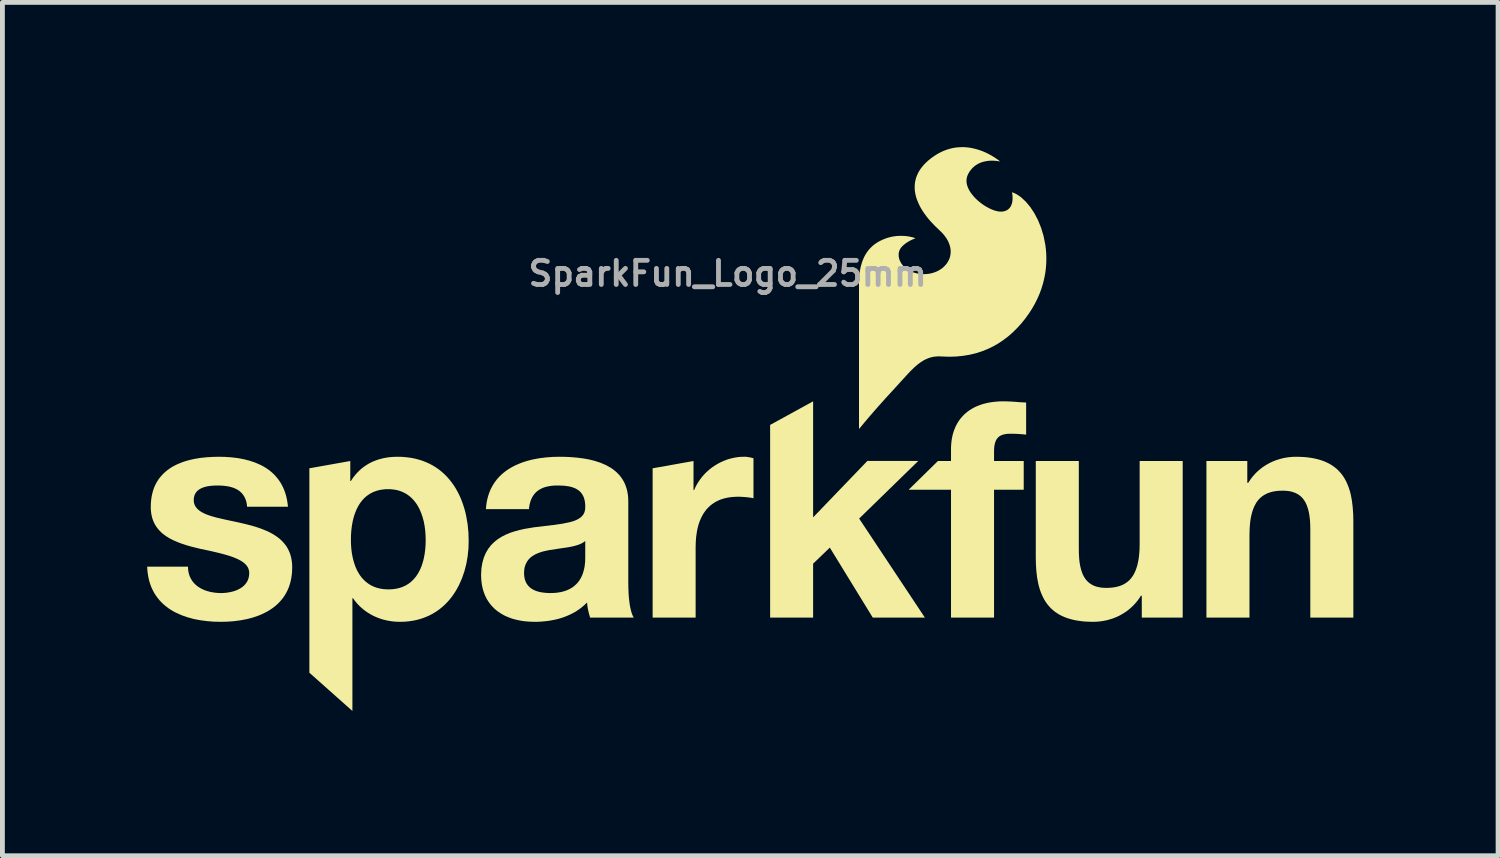
<source format=kicad_pcb>
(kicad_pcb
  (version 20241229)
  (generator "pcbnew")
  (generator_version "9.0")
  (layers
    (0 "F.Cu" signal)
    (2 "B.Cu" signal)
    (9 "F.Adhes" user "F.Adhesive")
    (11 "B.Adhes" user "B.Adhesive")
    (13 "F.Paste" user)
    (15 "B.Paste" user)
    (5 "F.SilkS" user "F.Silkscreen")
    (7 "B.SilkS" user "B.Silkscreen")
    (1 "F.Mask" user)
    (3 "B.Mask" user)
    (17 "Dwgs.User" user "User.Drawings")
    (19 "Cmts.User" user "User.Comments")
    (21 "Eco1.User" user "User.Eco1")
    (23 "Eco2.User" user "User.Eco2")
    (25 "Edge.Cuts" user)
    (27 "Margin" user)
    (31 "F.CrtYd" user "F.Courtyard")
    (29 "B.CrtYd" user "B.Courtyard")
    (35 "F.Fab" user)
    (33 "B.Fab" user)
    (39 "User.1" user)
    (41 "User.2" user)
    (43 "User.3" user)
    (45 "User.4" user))
  (footprint "SparkFun_Logo_25mm"
    (layer "F.Cu")
    (at 12.032 7.944)
    (property "Reference" "SparkFun_Logo_25mm" (at 0 -5.324 0) (layer "F.Fab") (effects (font (size 0.5 0.5) (thickness 0.1))))
    (attr board_only exclude_from_pos_files exclude_from_bom)
    (fp_poly (pts (xy 1.771 -0.271) (xy 2.895 -1.44) (xy 3.95 -1.44) (xy 2.725 -0.246) (xy 4.087 1.806) (xy 3.007 1.806) (xy 2.117 0.356) (xy 1.771 0.689) (xy 1.771 1.806) (xy 0.88 1.806) (xy 0.88 -2.187) (xy 1.771 -2.676)) (stroke (width 0) (type solid)) (fill yes) (layer "F.SilkS"))
    (fp_poly (pts (xy 0.353 -1.527) (xy 0.366 -1.527) (xy 0.379 -1.526) (xy 0.391 -1.525) (xy 0.416 -1.522) (xy 0.44 -1.518) (xy 0.464 -1.514) (xy 0.488 -1.508) (xy 0.512 -1.502) (xy 0.535 -1.496) (xy 0.535 -0.667) (xy 0.503 -0.674) (xy 0.466 -0.68) (xy 0.426 -0.685) (xy 0.385 -0.69) (xy 0.342 -0.693) (xy 0.299 -0.696) (xy 0.256 -0.698) (xy 0.215 -0.699) (xy 0.155 -0.697) (xy 0.097 -0.693) (xy 0.041 -0.687) (xy -0.012 -0.677) (xy -0.062 -0.666) (xy -0.111 -0.652) (xy -0.157 -0.636) (xy -0.2 -0.617) (xy -0.242 -0.596) (xy -0.281 -0.573) (xy -0.318 -0.548) (xy -0.353 -0.521) (xy -0.385 -0.492) (xy -0.416 -0.461) (xy -0.445 -0.429) (xy -0.471 -0.394) (xy -0.496 -0.358) (xy -0.519 -0.32) (xy -0.54 -0.281) (xy -0.559 -0.24) (xy -0.577 -0.198) (xy -0.593 -0.154) (xy -0.607 -0.109) (xy -0.619 -0.063) (xy -0.63 -0.016) (xy -0.639 0.033) (xy -0.653 0.133) (xy -0.661 0.237) (xy -0.664 0.344) (xy -0.664 1.806) (xy -1.555 1.806) (xy -1.555 -1.288) (xy -0.708 -1.439) (xy -0.708 -0.836) (xy -0.695 -0.836) (xy -0.679 -0.874) (xy -0.661 -0.912) (xy -0.641 -0.948) (xy -0.621 -0.983) (xy -0.598 -1.018) (xy -0.575 -1.052) (xy -0.55 -1.085) (xy -0.525 -1.117) (xy -0.498 -1.148) (xy -0.47 -1.178) (xy -0.441 -1.207) (xy -0.411 -1.234) (xy -0.38 -1.261) (xy -0.348 -1.287) (xy -0.315 -1.312) (xy -0.281 -1.335) (xy -0.246 -1.357) (xy -0.211 -1.378) (xy -0.175 -1.398) (xy -0.138 -1.416) (xy -0.101 -1.433) (xy -0.063 -1.449) (xy -0.025 -1.464) (xy 0.014 -1.477) (xy 0.054 -1.488) (xy 0.094 -1.498) (xy 0.134 -1.507) (xy 0.175 -1.514) (xy 0.216 -1.52) (xy 0.257 -1.524) (xy 0.299 -1.526) (xy 0.34 -1.527)) (stroke (width 0) (type solid)) (fill yes) (layer "F.SilkS"))
    (fp_poly (pts (xy 5.775 -2.675) (xy 5.834 -2.673) (xy 5.894 -2.67) (xy 5.953 -2.666) (xy 6.071 -2.657) (xy 6.129 -2.654) (xy 6.186 -2.651) (xy 6.186 -1.985) (xy 6.146 -1.99) (xy 6.105 -1.994) (xy 6.064 -1.997) (xy 6.023 -2) (xy 5.982 -2.002) (xy 5.941 -2.003) (xy 5.9 -2.004) (xy 5.86 -2.004) (xy 5.816 -2.003) (xy 5.795 -2.002) (xy 5.775 -2) (xy 5.756 -1.997) (xy 5.738 -1.993) (xy 5.72 -1.989) (xy 5.704 -1.984) (xy 5.688 -1.979) (xy 5.673 -1.973) (xy 5.659 -1.966) (xy 5.645 -1.958) (xy 5.632 -1.95) (xy 5.62 -1.941) (xy 5.609 -1.931) (xy 5.599 -1.92) (xy 5.589 -1.909) (xy 5.58 -1.897) (xy 5.571 -1.884) (xy 5.564 -1.87) (xy 5.556 -1.855) (xy 5.55 -1.839) (xy 5.544 -1.823) (xy 5.539 -1.806) (xy 5.535 -1.787) (xy 5.531 -1.768) (xy 5.528 -1.748) (xy 5.525 -1.727) (xy 5.522 -1.682) (xy 5.521 -1.634) (xy 5.521 -1.439) (xy 6.136 -1.439) (xy 6.136 -0.843) (xy 5.521 -0.843) (xy 5.521 1.806) (xy 4.629 1.806) (xy 4.629 -0.843) (xy 3.75 -0.843) (xy 4.358 -1.439) (xy 4.629 -1.439) (xy 4.629 -1.69) (xy 4.63 -1.744) (xy 4.634 -1.796) (xy 4.639 -1.848) (xy 4.646 -1.898) (xy 4.656 -1.947) (xy 4.667 -1.995) (xy 4.681 -2.042) (xy 4.697 -2.088) (xy 4.715 -2.132) (xy 4.735 -2.175) (xy 4.757 -2.216) (xy 4.781 -2.256) (xy 4.807 -2.294) (xy 4.836 -2.331) (xy 4.867 -2.366) (xy 4.899 -2.4) (xy 4.934 -2.431) (xy 4.971 -2.462) (xy 5.011 -2.49) (xy 5.052 -2.516) (xy 5.095 -2.541) (xy 5.141 -2.564) (xy 5.189 -2.584) (xy 5.239 -2.603) (xy 5.291 -2.62) (xy 5.345 -2.634) (xy 5.401 -2.647) (xy 5.46 -2.657) (xy 5.521 -2.665) (xy 5.583 -2.671) (xy 5.648 -2.675) (xy 5.716 -2.676)) (stroke (width 0) (type solid)) (fill yes) (layer "F.SilkS"))
    (fp_poly (pts (xy 7.278 0.393) (xy 7.28 0.49) (xy 7.285 0.581) (xy 7.294 0.665) (xy 7.308 0.743) (xy 7.326 0.815) (xy 7.348 0.88) (xy 7.36 0.911) (xy 7.374 0.939) (xy 7.389 0.967) (xy 7.406 0.992) (xy 7.423 1.016) (xy 7.442 1.039) (xy 7.462 1.06) (xy 7.483 1.079) (xy 7.506 1.097) (xy 7.53 1.113) (xy 7.555 1.128) (xy 7.582 1.141) (xy 7.61 1.153) (xy 7.64 1.163) (xy 7.671 1.171) (xy 7.703 1.178) (xy 7.737 1.184) (xy 7.773 1.188) (xy 7.81 1.19) (xy 7.848 1.191) (xy 7.893 1.19) (xy 7.936 1.187) (xy 7.977 1.183) (xy 8.017 1.178) (xy 8.055 1.17) (xy 8.092 1.161) (xy 8.127 1.151) (xy 8.161 1.138) (xy 8.193 1.124) (xy 8.223 1.108) (xy 8.252 1.09) (xy 8.28 1.07) (xy 8.306 1.049) (xy 8.33 1.026) (xy 8.354 1) (xy 8.375 0.973) (xy 8.396 0.944) (xy 8.415 0.913) (xy 8.432 0.88) (xy 8.448 0.845) (xy 8.463 0.808) (xy 8.476 0.769) (xy 8.489 0.728) (xy 8.499 0.685) (xy 8.509 0.64) (xy 8.517 0.592) (xy 8.524 0.543) (xy 8.529 0.491) (xy 8.534 0.437) (xy 8.537 0.381) (xy 8.539 0.262) (xy 8.539 -1.439) (xy 9.431 -1.439) (xy 9.431 1.806) (xy 8.583 1.806) (xy 8.583 1.354) (xy 8.564 1.354) (xy 8.543 1.388) (xy 8.52 1.421) (xy 8.497 1.453) (xy 8.472 1.483) (xy 8.447 1.513) (xy 8.421 1.541) (xy 8.395 1.568) (xy 8.367 1.594) (xy 8.339 1.619) (xy 8.31 1.643) (xy 8.281 1.666) (xy 8.251 1.687) (xy 8.189 1.727) (xy 8.125 1.763) (xy 8.059 1.794) (xy 7.992 1.821) (xy 7.924 1.843) (xy 7.855 1.862) (xy 7.784 1.876) (xy 7.714 1.886) (xy 7.643 1.892) (xy 7.572 1.894) (xy 7.485 1.892) (xy 7.403 1.888) (xy 7.324 1.88) (xy 7.249 1.869) (xy 7.178 1.856) (xy 7.111 1.839) (xy 7.047 1.82) (xy 6.987 1.798) (xy 6.93 1.773) (xy 6.877 1.746) (xy 6.827 1.715) (xy 6.78 1.683) (xy 6.737 1.647) (xy 6.696 1.61) (xy 6.659 1.569) (xy 6.624 1.527) (xy 6.592 1.482) (xy 6.562 1.434) (xy 6.536 1.385) (xy 6.512 1.333) (xy 6.49 1.279) (xy 6.47 1.223) (xy 6.453 1.165) (xy 6.438 1.105) (xy 6.414 0.979) (xy 6.398 0.845) (xy 6.389 0.705) (xy 6.386 0.557) (xy 6.386 -1.439) (xy 7.278 -1.439)) (stroke (width 0) (type solid)) (fill yes) (layer "F.SilkS"))
    (fp_poly (pts (xy 11.868 -1.525) (xy 11.951 -1.521) (xy 12.03 -1.513) (xy 12.104 -1.502) (xy 12.175 -1.489) (xy 12.243 -1.472) (xy 12.306 -1.453) (xy 12.367 -1.431) (xy 12.423 -1.406) (xy 12.476 -1.379) (xy 12.526 -1.349) (xy 12.573 -1.316) (xy 12.617 -1.281) (xy 12.657 -1.243) (xy 12.695 -1.202) (xy 12.73 -1.16) (xy 12.762 -1.115) (xy 12.791 -1.068) (xy 12.818 -1.018) (xy 12.842 -0.966) (xy 12.864 -0.912) (xy 12.883 -0.856) (xy 12.901 -0.798) (xy 12.916 -0.738) (xy 12.939 -0.612) (xy 12.955 -0.478) (xy 12.965 -0.338) (xy 12.968 -0.19) (xy 12.968 1.806) (xy 12.076 1.806) (xy 12.076 -0.027) (xy 12.074 -0.123) (xy 12.069 -0.214) (xy 12.059 -0.298) (xy 12.046 -0.376) (xy 12.028 -0.448) (xy 12.006 -0.513) (xy 11.993 -0.544) (xy 11.979 -0.573) (xy 11.964 -0.6) (xy 11.948 -0.625) (xy 11.93 -0.65) (xy 11.912 -0.672) (xy 11.892 -0.693) (xy 11.87 -0.712) (xy 11.848 -0.73) (xy 11.824 -0.747) (xy 11.798 -0.761) (xy 11.771 -0.775) (xy 11.743 -0.786) (xy 11.714 -0.796) (xy 11.683 -0.805) (xy 11.65 -0.812) (xy 11.616 -0.817) (xy 11.581 -0.821) (xy 11.543 -0.823) (xy 11.505 -0.824) (xy 11.46 -0.823) (xy 11.418 -0.821) (xy 11.376 -0.817) (xy 11.336 -0.811) (xy 11.298 -0.804) (xy 11.262 -0.795) (xy 11.227 -0.784) (xy 11.193 -0.772) (xy 11.161 -0.757) (xy 11.131 -0.741) (xy 11.102 -0.723) (xy 11.074 -0.704) (xy 11.048 -0.682) (xy 11.024 -0.659) (xy 11 -0.634) (xy 10.979 -0.607) (xy 10.958 -0.578) (xy 10.94 -0.546) (xy 10.922 -0.513) (xy 10.906 -0.478) (xy 10.891 -0.441) (xy 10.878 -0.402) (xy 10.866 -0.361) (xy 10.855 -0.318) (xy 10.845 -0.273) (xy 10.837 -0.225) (xy 10.83 -0.176) (xy 10.825 -0.124) (xy 10.821 -0.07) (xy 10.818 -0.014) (xy 10.815 0.105) (xy 10.815 1.806) (xy 9.923 1.806) (xy 9.923 -1.439) (xy 10.77 -1.439) (xy 10.77 -0.987) (xy 10.79 -0.987) (xy 10.811 -1.021) (xy 10.834 -1.054) (xy 10.857 -1.086) (xy 10.881 -1.117) (xy 10.907 -1.146) (xy 10.933 -1.175) (xy 10.959 -1.202) (xy 10.987 -1.228) (xy 11.015 -1.253) (xy 11.044 -1.276) (xy 11.073 -1.299) (xy 11.103 -1.321) (xy 11.165 -1.36) (xy 11.229 -1.396) (xy 11.294 -1.427) (xy 11.361 -1.454) (xy 11.43 -1.476) (xy 11.499 -1.495) (xy 11.569 -1.509) (xy 11.64 -1.519) (xy 11.711 -1.525) (xy 11.781 -1.527)) (stroke (width 0) (type solid)) (fill yes) (layer "F.SilkS"))
    (fp_poly (pts (xy -6.749 -1.525) (xy -6.659 -1.517) (xy -6.571 -1.506) (xy -6.487 -1.49) (xy -6.407 -1.469) (xy -6.329 -1.445) (xy -6.255 -1.416) (xy -6.183 -1.384) (xy -6.115 -1.348) (xy -6.05 -1.308) (xy -5.988 -1.265) (xy -5.929 -1.218) (xy -5.873 -1.168) (xy -5.82 -1.115) (xy -5.771 -1.059) (xy -5.724 -1) (xy -5.68 -0.939) (xy -5.639 -0.875) (xy -5.601 -0.808) (xy -5.566 -0.74) (xy -5.534 -0.669) (xy -5.505 -0.596) (xy -5.479 -0.521) (xy -5.455 -0.444) (xy -5.434 -0.366) (xy -5.417 -0.286) (xy -5.389 -0.122) (xy -5.373 0.046) (xy -5.368 0.218) (xy -5.373 0.379) (xy -5.39 0.539) (xy -5.417 0.694) (xy -5.456 0.845) (xy -5.506 0.991) (xy -5.567 1.129) (xy -5.602 1.195) (xy -5.639 1.259) (xy -5.679 1.321) (xy -5.722 1.381) (xy -5.768 1.438) (xy -5.817 1.492) (xy -5.868 1.544) (xy -5.922 1.592) (xy -5.979 1.638) (xy -6.039 1.68) (xy -6.102 1.719) (xy -6.167 1.754) (xy -6.236 1.786) (xy -6.307 1.814) (xy -6.381 1.838) (xy -6.457 1.858) (xy -6.537 1.873) (xy -6.619 1.885) (xy -6.704 1.892) (xy -6.793 1.894) (xy -6.866 1.892) (xy -6.939 1.886) (xy -7.01 1.876) (xy -7.081 1.862) (xy -7.149 1.845) (xy -7.216 1.823) (xy -7.282 1.798) (xy -7.345 1.769) (xy -7.406 1.736) (xy -7.465 1.7) (xy -7.522 1.66) (xy -7.576 1.616) (xy -7.628 1.569) (xy -7.677 1.518) (xy -7.723 1.463) (xy -7.765 1.405) (xy -7.778 1.405) (xy -7.778 3.742) (xy -8.67 2.949) (xy -8.67 0.193) (xy -7.809 0.193) (xy -7.807 0.291) (xy -7.8 0.388) (xy -7.787 0.484) (xy -7.769 0.576) (xy -7.745 0.665) (xy -7.716 0.75) (xy -7.68 0.83) (xy -7.659 0.868) (xy -7.637 0.905) (xy -7.613 0.94) (xy -7.588 0.974) (xy -7.56 1.005) (xy -7.531 1.035) (xy -7.5 1.063) (xy -7.468 1.089) (xy -7.433 1.113) (xy -7.397 1.135) (xy -7.358 1.155) (xy -7.318 1.172) (xy -7.275 1.187) (xy -7.23 1.199) (xy -7.184 1.209) (xy -7.135 1.216) (xy -7.084 1.22) (xy -7.031 1.222) (xy -6.977 1.22) (xy -6.926 1.216) (xy -6.877 1.209) (xy -6.83 1.199) (xy -6.786 1.187) (xy -6.743 1.172) (xy -6.703 1.155) (xy -6.664 1.135) (xy -6.628 1.113) (xy -6.593 1.089) (xy -6.561 1.063) (xy -6.53 1.035) (xy -6.502 1.005) (xy -6.475 0.974) (xy -6.45 0.94) (xy -6.426 0.905) (xy -6.405 0.868) (xy -6.385 0.83) (xy -6.366 0.791) (xy -6.349 0.75) (xy -6.334 0.708) (xy -6.321 0.665) (xy -6.308 0.621) (xy -6.298 0.576) (xy -6.28 0.484) (xy -6.268 0.388) (xy -6.261 0.291) (xy -6.259 0.193) (xy -6.262 0.095) (xy -6.269 -0.002) (xy -6.282 -0.097) (xy -6.3 -0.191) (xy -6.325 -0.281) (xy -6.355 -0.368) (xy -6.391 -0.45) (xy -6.412 -0.489) (xy -6.434 -0.527) (xy -6.458 -0.563) (xy -6.484 -0.597) (xy -6.511 -0.63) (xy -6.54 -0.661) (xy -6.571 -0.69) (xy -6.604 -0.717) (xy -6.638 -0.742) (xy -6.675 -0.765) (xy -6.713 -0.785) (xy -6.753 -0.803) (xy -6.795 -0.819) (xy -6.84 -0.832) (xy -6.886 -0.842) (xy -6.934 -0.849) (xy -6.985 -0.854) (xy -7.037 -0.855) (xy -7.091 -0.854) (xy -7.142 -0.849) (xy -7.191 -0.842) (xy -7.238 -0.832) (xy -7.283 -0.819) (xy -7.325 -0.804) (xy -7.366 -0.786) (xy -7.404 -0.766) (xy -7.441 -0.743) (xy -7.475 -0.718) (xy -7.508 -0.692) (xy -7.538 -0.663) (xy -7.567 -0.632) (xy -7.594 -0.599) (xy -7.619 -0.565) (xy -7.642 -0.529) (xy -7.664 -0.491) (xy -7.684 -0.452) (xy -7.702 -0.412) (xy -7.719 -0.37) (xy -7.734 -0.328) (xy -7.748 -0.284) (xy -7.76 -0.239) (xy -7.771 -0.193) (xy -7.788 -0.1) (xy -7.8 -0.003) (xy -7.807 0.094) (xy -7.809 0.193) (xy -8.67 0.193) (xy -8.67 -1.288) (xy -7.822 -1.439) (xy -7.822 -1.025) (xy -7.809 -1.025) (xy -7.788 -1.057) (xy -7.767 -1.089) (xy -7.744 -1.119) (xy -7.721 -1.148) (xy -7.697 -1.175) (xy -7.673 -1.202) (xy -7.648 -1.227) (xy -7.622 -1.252) (xy -7.596 -1.275) (xy -7.569 -1.297) (xy -7.541 -1.318) (xy -7.513 -1.338) (xy -7.484 -1.357) (xy -7.455 -1.375) (xy -7.425 -1.392) (xy -7.394 -1.408) (xy -7.363 -1.423) (xy -7.332 -1.436) (xy -7.267 -1.461) (xy -7.201 -1.481) (xy -7.132 -1.498) (xy -7.062 -1.511) (xy -6.991 -1.52) (xy -6.917 -1.525) (xy -6.843 -1.527)) (stroke (width 0) (type solid)) (fill yes) (layer "F.SilkS"))
    (fp_poly (pts (xy -3.363 -1.525) (xy -3.239 -1.519) (xy -3.114 -1.508) (xy -2.99 -1.492) (xy -2.868 -1.47) (xy -2.75 -1.44) (xy -2.637 -1.403) (xy -2.53 -1.358) (xy -2.48 -1.331) (xy -2.431 -1.303) (xy -2.384 -1.272) (xy -2.34 -1.238) (xy -2.299 -1.202) (xy -2.26 -1.163) (xy -2.225 -1.122) (xy -2.192 -1.077) (xy -2.162 -1.029) (xy -2.136 -0.979) (xy -2.114 -0.925) (xy -2.095 -0.868) (xy -2.08 -0.807) (xy -2.069 -0.743) (xy -2.062 -0.676) (xy -2.06 -0.605) (xy -2.06 1.085) (xy -2.058 1.195) (xy -2.054 1.303) (xy -2.046 1.408) (xy -2.034 1.507) (xy -2.027 1.553) (xy -2.019 1.598) (xy -2.009 1.64) (xy -1.999 1.679) (xy -1.988 1.716) (xy -1.975 1.75) (xy -1.962 1.78) (xy -1.947 1.806) (xy -2.851 1.806) (xy -2.862 1.768) (xy -2.873 1.73) (xy -2.883 1.691) (xy -2.892 1.652) (xy -2.9 1.612) (xy -2.906 1.572) (xy -2.911 1.532) (xy -2.914 1.493) (xy -2.969 1.546) (xy -3.026 1.595) (xy -3.085 1.639) (xy -3.147 1.68) (xy -3.212 1.716) (xy -3.278 1.749) (xy -3.346 1.778) (xy -3.415 1.804) (xy -3.486 1.826) (xy -3.559 1.845) (xy -3.632 1.86) (xy -3.706 1.873) (xy -3.781 1.882) (xy -3.856 1.889) (xy -3.931 1.893) (xy -4.007 1.894) (xy -4.121 1.89) (xy -4.232 1.88) (xy -4.339 1.861) (xy -4.441 1.836) (xy -4.49 1.82) (xy -4.538 1.802) (xy -4.584 1.783) (xy -4.629 1.762) (xy -4.672 1.738) (xy -4.714 1.713) (xy -4.754 1.686) (xy -4.792 1.657) (xy -4.828 1.626) (xy -4.862 1.593) (xy -4.895 1.558) (xy -4.925 1.521) (xy -4.954 1.482) (xy -4.98 1.442) (xy -5.004 1.399) (xy -5.026 1.354) (xy -5.045 1.307) (xy -5.062 1.258) (xy -5.077 1.207) (xy -5.089 1.154) (xy -5.098 1.099) (xy -5.105 1.041) (xy -5.109 0.982) (xy -5.111 0.921) (xy -5.109 0.884) (xy -4.22 0.884) (xy -4.219 0.913) (xy -4.217 0.942) (xy -4.213 0.969) (xy -4.208 0.995) (xy -4.202 1.02) (xy -4.194 1.043) (xy -4.185 1.065) (xy -4.175 1.086) (xy -4.164 1.106) (xy -4.151 1.124) (xy -4.138 1.142) (xy -4.123 1.158) (xy -4.108 1.173) (xy -4.091 1.188) (xy -4.074 1.201) (xy -4.055 1.213) (xy -4.036 1.224) (xy -4.016 1.235) (xy -3.995 1.244) (xy -3.973 1.253) (xy -3.951 1.261) (xy -3.928 1.267) (xy -3.905 1.274) (xy -3.881 1.279) (xy -3.831 1.287) (xy -3.78 1.293) (xy -3.727 1.297) (xy -3.673 1.298) (xy -3.61 1.296) (xy -3.55 1.292) (xy -3.494 1.284) (xy -3.442 1.274) (xy -3.393 1.261) (xy -3.348 1.246) (xy -3.306 1.229) (xy -3.267 1.209) (xy -3.23 1.188) (xy -3.197 1.165) (xy -3.167 1.14) (xy -3.139 1.114) (xy -3.113 1.087) (xy -3.09 1.059) (xy -3.07 1.03) (xy -3.051 1) (xy -3.035 0.969) (xy -3.02 0.938) (xy -3.007 0.907) (xy -2.996 0.875) (xy -2.979 0.813) (xy -2.966 0.752) (xy -2.959 0.694) (xy -2.954 0.641) (xy -2.952 0.551) (xy -2.952 0.218) (xy -2.966 0.23) (xy -2.982 0.241) (xy -2.998 0.252) (xy -3.015 0.262) (xy -3.052 0.28) (xy -3.092 0.296) (xy -3.135 0.31) (xy -3.179 0.322) (xy -3.226 0.333) (xy -3.275 0.343) (xy -3.692 0.407) (xy -3.744 0.417) (xy -3.794 0.428) (xy -3.844 0.441) (xy -3.891 0.456) (xy -3.937 0.474) (xy -3.981 0.493) (xy -4.022 0.516) (xy -4.041 0.528) (xy -4.06 0.541) (xy -4.078 0.555) (xy -4.095 0.57) (xy -4.111 0.586) (xy -4.126 0.602) (xy -4.14 0.62) (xy -4.153 0.638) (xy -4.165 0.658) (xy -4.176 0.678) (xy -4.186 0.7) (xy -4.195 0.723) (xy -4.203 0.746) (xy -4.209 0.771) (xy -4.214 0.798) (xy -4.217 0.825) (xy -4.219 0.854) (xy -4.22 0.884) (xy -5.109 0.884) (xy -5.104 0.789) (xy -5.084 0.67) (xy -5.054 0.563) (xy -5.013 0.467) (xy -4.963 0.381) (xy -4.904 0.305) (xy -4.837 0.239) (xy -4.763 0.18) (xy -4.683 0.13) (xy -4.597 0.086) (xy -4.507 0.049) (xy -4.413 0.018) (xy -4.315 -0.009) (xy -4.216 -0.031) (xy -4.013 -0.065) (xy -3.615 -0.113) (xy -3.434 -0.138) (xy -3.272 -0.171) (xy -3.2 -0.192) (xy -3.136 -0.217) (xy -3.08 -0.247) (xy -3.033 -0.282) (xy -2.996 -0.323) (xy -2.97 -0.372) (xy -2.955 -0.427) (xy -2.952 -0.491) (xy -2.952 -0.526) (xy -2.955 -0.558) (xy -2.958 -0.589) (xy -2.964 -0.618) (xy -2.97 -0.646) (xy -2.978 -0.672) (xy -2.987 -0.696) (xy -2.998 -0.719) (xy -3.01 -0.74) (xy -3.022 -0.76) (xy -3.037 -0.779) (xy -3.052 -0.796) (xy -3.068 -0.812) (xy -3.085 -0.827) (xy -3.104 -0.84) (xy -3.123 -0.852) (xy -3.143 -0.864) (xy -3.164 -0.874) (xy -3.186 -0.883) (xy -3.209 -0.891) (xy -3.232 -0.899) (xy -3.256 -0.905) (xy -3.281 -0.911) (xy -3.307 -0.915) (xy -3.359 -0.923) (xy -3.414 -0.928) (xy -3.471 -0.93) (xy -3.529 -0.931) (xy -3.592 -0.93) (xy -3.652 -0.925) (xy -3.709 -0.916) (xy -3.763 -0.904) (xy -3.788 -0.897) (xy -3.813 -0.888) (xy -3.836 -0.879) (xy -3.859 -0.869) (xy -3.881 -0.857) (xy -3.902 -0.845) (xy -3.923 -0.832) (xy -3.942 -0.818) (xy -3.96 -0.803) (xy -3.978 -0.786) (xy -3.994 -0.769) (xy -4.01 -0.75) (xy -4.024 -0.731) (xy -4.038 -0.71) (xy -4.051 -0.689) (xy -4.062 -0.666) (xy -4.073 -0.642) (xy -4.083 -0.617) (xy -4.091 -0.59) (xy -4.099 -0.563) (xy -4.106 -0.534) (xy -4.111 -0.504) (xy -4.116 -0.473) (xy -4.119 -0.441) (xy -5.011 -0.441) (xy -5.004 -0.517) (xy -4.994 -0.59) (xy -4.979 -0.659) (xy -4.961 -0.725) (xy -4.939 -0.789) (xy -4.914 -0.849) (xy -4.885 -0.906) (xy -4.854 -0.96) (xy -4.819 -1.011) (xy -4.782 -1.06) (xy -4.741 -1.106) (xy -4.698 -1.149) (xy -4.653 -1.189) (xy -4.605 -1.227) (xy -4.555 -1.262) (xy -4.502 -1.295) (xy -4.448 -1.325) (xy -4.392 -1.353) (xy -4.334 -1.378) (xy -4.275 -1.402) (xy -4.214 -1.423) (xy -4.152 -1.442) (xy -4.088 -1.459) (xy -4.024 -1.474) (xy -3.892 -1.498) (xy -3.758 -1.514) (xy -3.622 -1.524) (xy -3.486 -1.527)) (stroke (width 0) (type solid)) (fill yes) (layer "F.SilkS"))
    (fp_poly (pts (xy -10.414 -1.524) (xy -10.285 -1.515) (xy -10.158 -1.5) (xy -10.034 -1.477) (xy -9.915 -1.447) (xy -9.801 -1.409) (xy -9.693 -1.363) (xy -9.641 -1.337) (xy -9.591 -1.308) (xy -9.543 -1.277) (xy -9.497 -1.244) (xy -9.453 -1.208) (xy -9.411 -1.169) (xy -9.372 -1.128) (xy -9.335 -1.085) (xy -9.3 -1.038) (xy -9.267 -0.989) (xy -9.238 -0.938) (xy -9.211 -0.883) (xy -9.187 -0.825) (xy -9.166 -0.765) (xy -9.148 -0.701) (xy -9.133 -0.634) (xy -9.122 -0.564) (xy -9.113 -0.491) (xy -9.961 -0.491) (xy -9.964 -0.523) (xy -9.968 -0.553) (xy -9.974 -0.582) (xy -9.981 -0.609) (xy -9.989 -0.635) (xy -9.999 -0.66) (xy -10.01 -0.683) (xy -10.022 -0.706) (xy -10.035 -0.726) (xy -10.049 -0.746) (xy -10.064 -0.765) (xy -10.08 -0.782) (xy -10.098 -0.798) (xy -10.116 -0.814) (xy -10.135 -0.828) (xy -10.155 -0.841) (xy -10.176 -0.853) (xy -10.198 -0.864) (xy -10.22 -0.874) (xy -10.243 -0.883) (xy -10.267 -0.891) (xy -10.292 -0.899) (xy -10.317 -0.905) (xy -10.343 -0.911) (xy -10.397 -0.92) (xy -10.453 -0.926) (xy -10.511 -0.93) (xy -10.57 -0.931) (xy -10.609 -0.931) (xy -10.649 -0.929) (xy -10.69 -0.926) (xy -10.732 -0.922) (xy -10.774 -0.916) (xy -10.815 -0.907) (xy -10.855 -0.896) (xy -10.894 -0.881) (xy -10.912 -0.873) (xy -10.929 -0.864) (xy -10.946 -0.854) (xy -10.962 -0.843) (xy -10.977 -0.832) (xy -10.992 -0.819) (xy -11.005 -0.805) (xy -11.017 -0.79) (xy -11.028 -0.774) (xy -11.038 -0.757) (xy -11.046 -0.739) (xy -11.053 -0.72) (xy -11.059 -0.699) (xy -11.063 -0.677) (xy -11.066 -0.654) (xy -11.066 -0.629) (xy -11.065 -0.6) (xy -11.061 -0.572) (xy -11.053 -0.546) (xy -11.044 -0.521) (xy -11.031 -0.498) (xy -11.016 -0.476) (xy -10.999 -0.455) (xy -10.979 -0.436) (xy -10.957 -0.417) (xy -10.933 -0.399) (xy -10.907 -0.383) (xy -10.879 -0.367) (xy -10.849 -0.352) (xy -10.817 -0.338) (xy -10.784 -0.325) (xy -10.749 -0.312) (xy -10.675 -0.289) (xy -10.596 -0.267) (xy -10.512 -0.247) (xy -10.425 -0.227) (xy -10.243 -0.188) (xy -10.149 -0.168) (xy -10.055 -0.146) (xy -9.958 -0.123) (xy -9.861 -0.098) (xy -9.767 -0.07) (xy -9.675 -0.038) (xy -9.586 -0.003) (xy -9.501 0.035) (xy -9.42 0.079) (xy -9.345 0.128) (xy -9.31 0.154) (xy -9.276 0.182) (xy -9.244 0.212) (xy -9.214 0.243) (xy -9.186 0.276) (xy -9.16 0.31) (xy -9.135 0.346) (xy -9.113 0.385) (xy -9.094 0.425) (xy -9.076 0.467) (xy -9.061 0.511) (xy -9.049 0.557) (xy -9.039 0.605) (xy -9.032 0.656) (xy -9.027 0.709) (xy -9.026 0.764) (xy -9.028 0.843) (xy -9.034 0.918) (xy -9.045 0.989) (xy -9.059 1.058) (xy -9.077 1.123) (xy -9.099 1.186) (xy -9.125 1.245) (xy -9.154 1.301) (xy -9.186 1.354) (xy -9.221 1.405) (xy -9.26 1.452) (xy -9.301 1.497) (xy -9.345 1.539) (xy -9.391 1.578) (xy -9.44 1.615) (xy -9.491 1.649) (xy -9.544 1.681) (xy -9.6 1.71) (xy -9.657 1.737) (xy -9.716 1.762) (xy -9.776 1.784) (xy -9.838 1.804) (xy -9.902 1.822) (xy -9.966 1.838) (xy -10.098 1.863) (xy -10.233 1.881) (xy -10.37 1.891) (xy -10.508 1.894) (xy -10.648 1.891) (xy -10.788 1.88) (xy -10.925 1.862) (xy -11.059 1.837) (xy -11.188 1.802) (xy -11.313 1.759) (xy -11.43 1.707) (xy -11.486 1.678) (xy -11.541 1.645) (xy -11.593 1.611) (xy -11.642 1.574) (xy -11.69 1.534) (xy -11.735 1.491) (xy -11.777 1.446) (xy -11.816 1.398) (xy -11.853 1.347) (xy -11.887 1.293) (xy -11.917 1.236) (xy -11.945 1.176) (xy -11.968 1.114) (xy -11.989 1.048) (xy -12.005 0.978) (xy -12.018 0.906) (xy -12.027 0.83) (xy -12.032 0.751) (xy -11.185 0.751) (xy -11.184 0.787) (xy -11.182 0.821) (xy -11.177 0.853) (xy -11.17 0.885) (xy -11.162 0.915) (xy -11.152 0.944) (xy -11.14 0.972) (xy -11.127 0.998) (xy -11.112 1.024) (xy -11.096 1.048) (xy -11.079 1.071) (xy -11.06 1.093) (xy -11.04 1.113) (xy -11.018 1.133) (xy -10.996 1.151) (xy -10.973 1.168) (xy -10.948 1.184) (xy -10.923 1.199) (xy -10.896 1.213) (xy -10.869 1.226) (xy -10.841 1.238) (xy -10.813 1.248) (xy -10.783 1.258) (xy -10.753 1.266) (xy -10.723 1.274) (xy -10.692 1.28) (xy -10.629 1.29) (xy -10.565 1.296) (xy -10.501 1.298) (xy -10.453 1.297) (xy -10.404 1.293) (xy -10.354 1.286) (xy -10.304 1.277) (xy -10.254 1.265) (xy -10.206 1.25) (xy -10.159 1.231) (xy -10.115 1.208) (xy -10.094 1.196) (xy -10.073 1.182) (xy -10.054 1.168) (xy -10.036 1.153) (xy -10.018 1.136) (xy -10.002 1.119) (xy -9.987 1.1) (xy -9.973 1.081) (xy -9.96 1.06) (xy -9.949 1.039) (xy -9.94 1.016) (xy -9.932 0.992) (xy -9.925 0.967) (xy -9.921 0.94) (xy -9.918 0.913) (xy -9.917 0.884) (xy -9.918 0.859) (xy -9.921 0.835) (xy -9.927 0.812) (xy -9.934 0.79) (xy -9.944 0.769) (xy -9.956 0.748) (xy -9.97 0.729) (xy -9.986 0.71) (xy -10.004 0.692) (xy -10.024 0.674) (xy -10.046 0.657) (xy -10.07 0.641) (xy -10.096 0.625) (xy -10.123 0.61) (xy -10.153 0.595) (xy -10.185 0.581) (xy -10.218 0.567) (xy -10.253 0.553) (xy -10.29 0.54) (xy -10.329 0.527) (xy -10.412 0.502) (xy -10.502 0.478) (xy -10.599 0.454) (xy -10.702 0.43) (xy -10.812 0.406) (xy -10.928 0.382) (xy -11.122 0.334) (xy -11.216 0.307) (xy -11.308 0.277) (xy -11.397 0.244) (xy -11.482 0.207) (xy -11.563 0.166) (xy -11.638 0.12) (xy -11.673 0.095) (xy -11.707 0.069) (xy -11.739 0.041) (xy -11.769 0.011) (xy -11.797 -0.02) (xy -11.823 -0.052) (xy -11.848 -0.087) (xy -11.87 -0.123) (xy -11.889 -0.161) (xy -11.907 -0.201) (xy -11.922 -0.243) (xy -11.934 -0.287) (xy -11.944 -0.333) (xy -11.951 -0.381) (xy -11.956 -0.432) (xy -11.957 -0.485) (xy -11.955 -0.561) (xy -11.949 -0.633) (xy -11.939 -0.702) (xy -11.925 -0.768) (xy -11.908 -0.83) (xy -11.887 -0.889) (xy -11.862 -0.945) (xy -11.835 -0.997) (xy -11.804 -1.047) (xy -11.77 -1.094) (xy -11.733 -1.138) (xy -11.694 -1.179) (xy -11.652 -1.217) (xy -11.608 -1.253) (xy -11.561 -1.286) (xy -11.513 -1.317) (xy -11.462 -1.345) (xy -11.409 -1.371) (xy -11.354 -1.394) (xy -11.298 -1.416) (xy -11.241 -1.435) (xy -11.182 -1.452) (xy -11.121 -1.467) (xy -11.06 -1.481) (xy -10.934 -1.502) (xy -10.806 -1.516) (xy -10.676 -1.524) (xy -10.545 -1.527)) (stroke (width 0) (type solid)) (fill yes) (layer "F.SilkS"))
    (fp_poly (pts (xy 4.901 -7.944) (xy 4.958 -7.94) (xy 5.015 -7.933) (xy 5.069 -7.923) (xy 5.122 -7.911) (xy 5.173 -7.897) (xy 5.222 -7.882) (xy 5.269 -7.865) (xy 5.314 -7.847) (xy 5.357 -7.828) (xy 5.397 -7.808) (xy 5.469 -7.769) (xy 5.531 -7.731) (xy 5.58 -7.698) (xy 5.617 -7.671) (xy 5.647 -7.646) (xy 5.631 -7.65) (xy 5.586 -7.657) (xy 5.555 -7.66) (xy 5.519 -7.663) (xy 5.479 -7.664) (xy 5.436 -7.663) (xy 5.391 -7.659) (xy 5.343 -7.651) (xy 5.295 -7.64) (xy 5.27 -7.632) (xy 5.246 -7.624) (xy 5.222 -7.614) (xy 5.198 -7.602) (xy 5.174 -7.589) (xy 5.151 -7.575) (xy 5.128 -7.559) (xy 5.106 -7.541) (xy 5.085 -7.522) (xy 5.064 -7.501) (xy 5.039 -7.471) (xy 5.016 -7.441) (xy 4.997 -7.41) (xy 4.98 -7.379) (xy 4.974 -7.363) (xy 4.967 -7.347) (xy 4.962 -7.331) (xy 4.958 -7.314) (xy 4.955 -7.298) (xy 4.952 -7.281) (xy 4.951 -7.264) (xy 4.95 -7.247) (xy 4.95 -7.23) (xy 4.952 -7.212) (xy 4.954 -7.195) (xy 4.957 -7.177) (xy 4.962 -7.159) (xy 4.967 -7.14) (xy 4.974 -7.122) (xy 4.981 -7.103) (xy 4.99 -7.084) (xy 4.999 -7.064) (xy 5.01 -7.045) (xy 5.022 -7.025) (xy 5.035 -7.005) (xy 5.05 -6.984) (xy 5.082 -6.943) (xy 5.111 -6.909) (xy 5.144 -6.875) (xy 5.179 -6.842) (xy 5.217 -6.81) (xy 5.257 -6.779) (xy 5.298 -6.749) (xy 5.34 -6.722) (xy 5.384 -6.697) (xy 5.427 -6.674) (xy 5.471 -6.654) (xy 5.514 -6.637) (xy 5.557 -6.624) (xy 5.598 -6.614) (xy 5.618 -6.611) (xy 5.638 -6.609) (xy 5.657 -6.608) (xy 5.676 -6.608) (xy 5.694 -6.609) (xy 5.712 -6.611) (xy 5.735 -6.617) (xy 5.757 -6.624) (xy 5.777 -6.632) (xy 5.795 -6.642) (xy 5.812 -6.654) (xy 5.826 -6.666) (xy 5.84 -6.68) (xy 5.851 -6.694) (xy 5.862 -6.709) (xy 5.871 -6.725) (xy 5.878 -6.742) (xy 5.885 -6.759) (xy 5.891 -6.776) (xy 5.895 -6.794) (xy 5.899 -6.811) (xy 5.901 -6.829) (xy 5.905 -6.864) (xy 5.905 -6.897) (xy 5.904 -6.927) (xy 5.902 -6.954) (xy 5.899 -6.977) (xy 5.896 -6.995) (xy 5.893 -7.01) (xy 5.942 -6.991) (xy 5.99 -6.967) (xy 6.039 -6.936) (xy 6.087 -6.9) (xy 6.182 -6.811) (xy 6.272 -6.703) (xy 6.356 -6.576) (xy 6.431 -6.433) (xy 6.495 -6.276) (xy 6.547 -6.105) (xy 6.583 -5.924) (xy 6.595 -5.83) (xy 6.603 -5.733) (xy 6.605 -5.635) (xy 6.603 -5.535) (xy 6.595 -5.433) (xy 6.582 -5.331) (xy 6.562 -5.227) (xy 6.537 -5.123) (xy 6.505 -5.018) (xy 6.467 -4.912) (xy 6.421 -4.807) (xy 6.369 -4.702) (xy 6.309 -4.597) (xy 6.241 -4.492) (xy 6.164 -4.386) (xy 6.083 -4.286) (xy 5.997 -4.192) (xy 5.907 -4.103) (xy 5.812 -4.02) (xy 5.712 -3.945) (xy 5.608 -3.875) (xy 5.499 -3.813) (xy 5.385 -3.759) (xy 5.266 -3.711) (xy 5.142 -3.672) (xy 5.013 -3.641) (xy 4.879 -3.619) (xy 4.74 -3.605) (xy 4.596 -3.6) (xy 4.447 -3.605) (xy 4.408 -3.607) (xy 4.369 -3.608) (xy 4.332 -3.606) (xy 4.297 -3.603) (xy 4.262 -3.598) (xy 4.228 -3.591) (xy 4.195 -3.582) (xy 4.163 -3.571) (xy 4.132 -3.559) (xy 4.101 -3.545) (xy 4.071 -3.53) (xy 4.041 -3.512) (xy 3.983 -3.474) (xy 3.925 -3.429) (xy 3.867 -3.378) (xy 3.809 -3.322) (xy 3.75 -3.261) (xy 3.689 -3.195) (xy 3.411 -2.89) (xy 3.275 -2.742) (xy 3.147 -2.599) (xy 3.03 -2.466) (xy 2.927 -2.347) (xy 2.842 -2.246) (xy 2.778 -2.169) (xy 2.722 -2.102) (xy 2.722 -5.043) (xy 2.721 -5.102) (xy 2.722 -5.158) (xy 2.724 -5.212) (xy 2.727 -5.264) (xy 2.732 -5.314) (xy 2.738 -5.361) (xy 2.746 -5.407) (xy 2.755 -5.451) (xy 2.765 -5.493) (xy 2.777 -5.534) (xy 2.789 -5.572) (xy 2.803 -5.609) (xy 2.818 -5.644) (xy 2.834 -5.677) (xy 2.851 -5.709) (xy 2.869 -5.739) (xy 2.888 -5.768) (xy 2.908 -5.795) (xy 2.929 -5.821) (xy 2.951 -5.845) (xy 2.973 -5.868) (xy 2.996 -5.89) (xy 3.02 -5.911) (xy 3.045 -5.93) (xy 3.07 -5.948) (xy 3.096 -5.965) (xy 3.122 -5.981) (xy 3.149 -5.996) (xy 3.204 -6.023) (xy 3.261 -6.046) (xy 3.293 -6.058) (xy 3.324 -6.068) (xy 3.356 -6.076) (xy 3.386 -6.084) (xy 3.416 -6.09) (xy 3.446 -6.095) (xy 3.475 -6.099) (xy 3.504 -6.102) (xy 3.532 -6.104) (xy 3.559 -6.106) (xy 3.585 -6.106) (xy 3.611 -6.106) (xy 3.636 -6.105) (xy 3.66 -6.104) (xy 3.705 -6.1) (xy 3.746 -6.094) (xy 3.783 -6.087) (xy 3.815 -6.08) (xy 3.842 -6.073) (xy 3.863 -6.067) (xy 3.879 -6.062) (xy 3.892 -6.057) (xy 3.852 -6.04) (xy 3.809 -6.02) (xy 3.784 -6.008) (xy 3.757 -5.993) (xy 3.73 -5.977) (xy 3.702 -5.959) (xy 3.675 -5.939) (xy 3.649 -5.918) (xy 3.624 -5.895) (xy 3.613 -5.883) (xy 3.602 -5.871) (xy 3.592 -5.858) (xy 3.583 -5.845) (xy 3.574 -5.832) (xy 3.567 -5.818) (xy 3.56 -5.801) (xy 3.554 -5.784) (xy 3.549 -5.767) (xy 3.546 -5.748) (xy 3.544 -5.73) (xy 3.544 -5.711) (xy 3.544 -5.692) (xy 3.546 -5.673) (xy 3.55 -5.654) (xy 3.554 -5.634) (xy 3.56 -5.615) (xy 3.567 -5.595) (xy 3.576 -5.576) (xy 3.586 -5.557) (xy 3.597 -5.538) (xy 3.609 -5.52) (xy 3.623 -5.502) (xy 3.638 -5.484) (xy 3.654 -5.467) (xy 3.671 -5.45) (xy 3.69 -5.434) (xy 3.71 -5.419) (xy 3.731 -5.404) (xy 3.754 -5.391) (xy 3.777 -5.378) (xy 3.802 -5.366) (xy 3.829 -5.355) (xy 3.856 -5.345) (xy 3.885 -5.337) (xy 3.914 -5.329) (xy 3.946 -5.323) (xy 3.978 -5.318) (xy 4.026 -5.314) (xy 4.073 -5.312) (xy 4.119 -5.314) (xy 4.164 -5.319) (xy 4.208 -5.327) (xy 4.25 -5.337) (xy 4.291 -5.351) (xy 4.33 -5.366) (xy 4.368 -5.385) (xy 4.403 -5.405) (xy 4.436 -5.428) (xy 4.468 -5.453) (xy 4.496 -5.48) (xy 4.522 -5.509) (xy 4.546 -5.54) (xy 4.566 -5.572) (xy 4.584 -5.606) (xy 4.599 -5.641) (xy 4.61 -5.678) (xy 4.617 -5.716) (xy 4.622 -5.755) (xy 4.622 -5.794) (xy 4.619 -5.835) (xy 4.611 -5.877) (xy 4.599 -5.919) (xy 4.583 -5.962) (xy 4.563 -6.005) (xy 4.538 -6.048) (xy 4.508 -6.092) (xy 4.473 -6.136) (xy 4.433 -6.18) (xy 4.388 -6.223) (xy 4.287 -6.32) (xy 4.195 -6.418) (xy 4.153 -6.468) (xy 4.114 -6.518) (xy 4.077 -6.568) (xy 4.043 -6.618) (xy 4.013 -6.668) (xy 3.984 -6.718) (xy 3.96 -6.769) (xy 3.938 -6.819) (xy 3.919 -6.869) (xy 3.903 -6.919) (xy 3.891 -6.969) (xy 3.883 -7.019) (xy 3.877 -7.068) (xy 3.876 -7.118) (xy 3.878 -7.166) (xy 3.883 -7.215) (xy 3.893 -7.263) (xy 3.906 -7.311) (xy 3.924 -7.358) (xy 3.945 -7.405) (xy 3.97 -7.451) (xy 4 -7.496) (xy 4.034 -7.541) (xy 4.072 -7.585) (xy 4.115 -7.628) (xy 4.162 -7.671) (xy 4.214 -7.713) (xy 4.27 -7.753) (xy 4.336 -7.796) (xy 4.401 -7.832) (xy 4.466 -7.863) (xy 4.531 -7.888) (xy 4.595 -7.908) (xy 4.658 -7.924) (xy 4.72 -7.935) (xy 4.782 -7.941) (xy 4.842 -7.944)) (stroke (width 0) (type solid)) (fill yes) (layer "F.SilkS")))
  (gr_rect
    (start -3 -3)
    (end 28 14.686)
    (stroke (width 0.1) (type default))
    (fill no)
    (layer "Edge.Cuts")))
</source>
